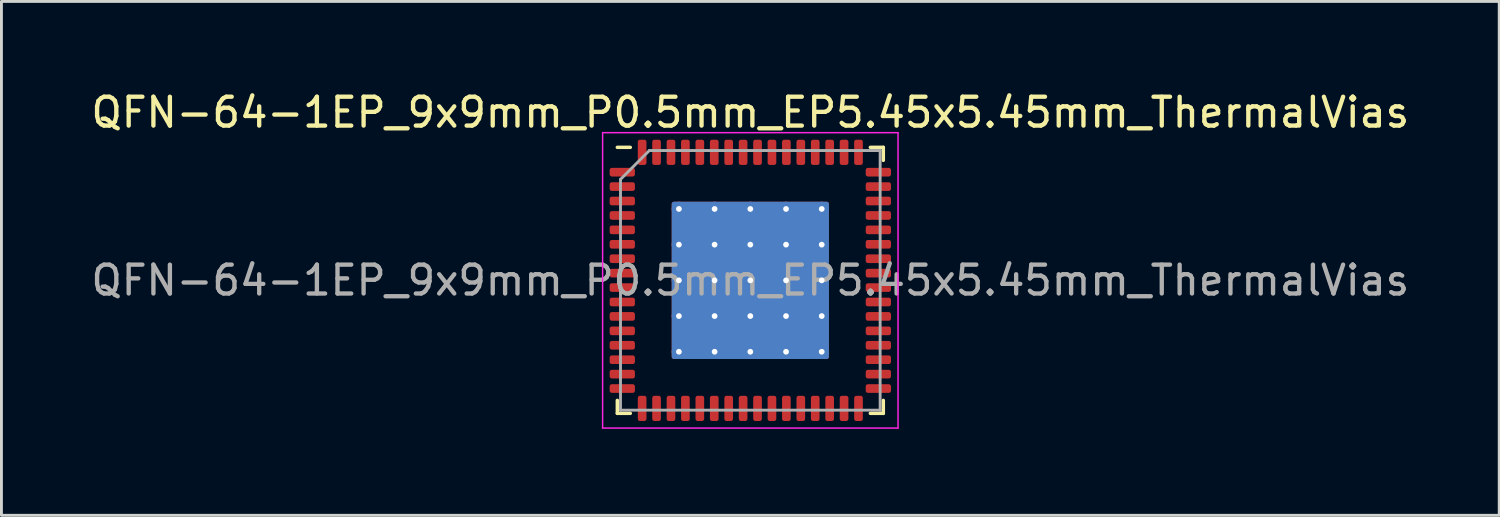
<source format=kicad_pcb>
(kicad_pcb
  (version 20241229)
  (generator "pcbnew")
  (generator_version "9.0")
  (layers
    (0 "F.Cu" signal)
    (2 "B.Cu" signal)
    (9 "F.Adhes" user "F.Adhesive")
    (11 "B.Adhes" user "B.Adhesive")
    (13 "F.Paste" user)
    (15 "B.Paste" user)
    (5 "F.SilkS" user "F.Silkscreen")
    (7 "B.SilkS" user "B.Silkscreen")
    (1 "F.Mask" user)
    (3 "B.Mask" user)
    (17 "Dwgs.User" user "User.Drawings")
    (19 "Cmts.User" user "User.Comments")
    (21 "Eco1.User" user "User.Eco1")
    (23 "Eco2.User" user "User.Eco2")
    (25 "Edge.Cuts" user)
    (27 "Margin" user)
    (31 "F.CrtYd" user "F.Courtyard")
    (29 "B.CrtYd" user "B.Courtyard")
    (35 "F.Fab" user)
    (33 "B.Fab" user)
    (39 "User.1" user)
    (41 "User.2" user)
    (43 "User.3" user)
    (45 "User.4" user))
  (footprint "QFN-64-1EP_9x9mm_P0.5mm_EP5.45x5.45mm_ThermalVias"
    (layer "F.Cu")
    (at 22.958 6.668)
    (property "Reference" "QFN-64-1EP_9x9mm_P0.5mm_EP5.45x5.45mm_ThermalVias" (at 0 -5.82 0) (layer "F.SilkS") (effects (font (size 1 1) (thickness 0.15))))
    (attr smd)
    (fp_line (start -4.61 4.61) (end -4.61 4.16) (stroke (width 0.12) (type solid)) (layer "F.SilkS"))
    (fp_line (start -4.16 -4.61) (end -4.61 -4.61) (stroke (width 0.12) (type solid)) (layer "F.SilkS"))
    (fp_line (start -4.16 4.61) (end -4.61 4.61) (stroke (width 0.12) (type solid)) (layer "F.SilkS"))
    (fp_line (start 4.16 -4.61) (end 4.61 -4.61) (stroke (width 0.12) (type solid)) (layer "F.SilkS"))
    (fp_line (start 4.16 4.61) (end 4.61 4.61) (stroke (width 0.12) (type solid)) (layer "F.SilkS"))
    (fp_line (start 4.61 -4.61) (end 4.61 -4.16) (stroke (width 0.12) (type solid)) (layer "F.SilkS"))
    (fp_line (start 4.61 4.61) (end 4.61 4.16) (stroke (width 0.12) (type solid)) (layer "F.SilkS"))
    (fp_line (start -5.12 -5.12) (end -5.12 5.12) (stroke (width 0.05) (type solid)) (layer "F.CrtYd"))
    (fp_line (start -5.12 5.12) (end 5.12 5.12) (stroke (width 0.05) (type solid)) (layer "F.CrtYd"))
    (fp_line (start 5.12 -5.12) (end -5.12 -5.12) (stroke (width 0.05) (type solid)) (layer "F.CrtYd"))
    (fp_line (start 5.12 5.12) (end 5.12 -5.12) (stroke (width 0.05) (type solid)) (layer "F.CrtYd"))
    (fp_line (start -4.5 -3.5) (end -3.5 -4.5) (stroke (width 0.1) (type solid)) (layer "F.Fab"))
    (fp_line (start -4.5 4.5) (end -4.5 -3.5) (stroke (width 0.1) (type solid)) (layer "F.Fab"))
    (fp_line (start -3.5 -4.5) (end 4.5 -4.5) (stroke (width 0.1) (type solid)) (layer "F.Fab"))
    (fp_line (start 4.5 -4.5) (end 4.5 4.5) (stroke (width 0.1) (type solid)) (layer "F.Fab"))
    (fp_line (start 4.5 4.5) (end -4.5 4.5) (stroke (width 0.1) (type solid)) (layer "F.Fab"))
    (fp_text user "${REFERENCE}" (at 0 0 0) (layer "F.Fab") (effects (font (size 1 1) (thickness 0.15))))
    (pad "" smd roundrect (at -1.856 -1.856) (size 1.055 1.055) (layers "F.Paste") (roundrect_rratio 0.237))
    (pad "" smd roundrect (at -1.856 -0.619) (size 1.055 1.055) (layers "F.Paste") (roundrect_rratio 0.237))
    (pad "" smd roundrect (at -1.856 0.619) (size 1.055 1.055) (layers "F.Paste") (roundrect_rratio 0.237))
    (pad "" smd roundrect (at -1.856 1.856) (size 1.055 1.055) (layers "F.Paste") (roundrect_rratio 0.237))
    (pad "" smd roundrect (at -0.619 -1.856) (size 1.055 1.055) (layers "F.Paste") (roundrect_rratio 0.237))
    (pad "" smd roundrect (at -0.619 -0.619) (size 1.055 1.055) (layers "F.Paste") (roundrect_rratio 0.237))
    (pad "" smd roundrect (at -0.619 0.619) (size 1.055 1.055) (layers "F.Paste") (roundrect_rratio 0.237))
    (pad "" smd roundrect (at -0.619 1.856) (size 1.055 1.055) (layers "F.Paste") (roundrect_rratio 0.237))
    (pad "" smd roundrect (at 0.619 -1.856) (size 1.055 1.055) (layers "F.Paste") (roundrect_rratio 0.237))
    (pad "" smd roundrect (at 0.619 -0.619) (size 1.055 1.055) (layers "F.Paste") (roundrect_rratio 0.237))
    (pad "" smd roundrect (at 0.619 0.619) (size 1.055 1.055) (layers "F.Paste") (roundrect_rratio 0.237))
    (pad "" smd roundrect (at 0.619 1.856) (size 1.055 1.055) (layers "F.Paste") (roundrect_rratio 0.237))
    (pad "" smd roundrect (at 1.856 -1.856) (size 1.055 1.055) (layers "F.Paste") (roundrect_rratio 0.237))
    (pad "" smd roundrect (at 1.856 -0.619) (size 1.055 1.055) (layers "F.Paste") (roundrect_rratio 0.237))
    (pad "" smd roundrect (at 1.856 0.619) (size 1.055 1.055) (layers "F.Paste") (roundrect_rratio 0.237))
    (pad "" smd roundrect (at 1.856 1.856) (size 1.055 1.055) (layers "F.Paste") (roundrect_rratio 0.237))
    (pad "1" smd roundrect (at -4.438 -3.75) (size 0.875 0.3) (layers "F.Cu" "F.Mask" "F.Paste") (roundrect_rratio 0.25))
    (pad "2" smd roundrect (at -4.438 -3.25) (size 0.875 0.3) (layers "F.Cu" "F.Mask" "F.Paste") (roundrect_rratio 0.25))
    (pad "3" smd roundrect (at -4.438 -2.75) (size 0.875 0.3) (layers "F.Cu" "F.Mask" "F.Paste") (roundrect_rratio 0.25))
    (pad "4" smd roundrect (at -4.438 -2.25) (size 0.875 0.3) (layers "F.Cu" "F.Mask" "F.Paste") (roundrect_rratio 0.25))
    (pad "5" smd roundrect (at -4.438 -1.75) (size 0.875 0.3) (layers "F.Cu" "F.Mask" "F.Paste") (roundrect_rratio 0.25))
    (pad "6" smd roundrect (at -4.438 -1.25) (size 0.875 0.3) (layers "F.Cu" "F.Mask" "F.Paste") (roundrect_rratio 0.25))
    (pad "7" smd roundrect (at -4.438 -0.75) (size 0.875 0.3) (layers "F.Cu" "F.Mask" "F.Paste") (roundrect_rratio 0.25))
    (pad "8" smd roundrect (at -4.438 -0.25) (size 0.875 0.3) (layers "F.Cu" "F.Mask" "F.Paste") (roundrect_rratio 0.25))
    (pad "9" smd roundrect (at -4.438 0.25) (size 0.875 0.3) (layers "F.Cu" "F.Mask" "F.Paste") (roundrect_rratio 0.25))
    (pad "10" smd roundrect (at -4.438 0.75) (size 0.875 0.3) (layers "F.Cu" "F.Mask" "F.Paste") (roundrect_rratio 0.25))
    (pad "11" smd roundrect (at -4.438 1.25) (size 0.875 0.3) (layers "F.Cu" "F.Mask" "F.Paste") (roundrect_rratio 0.25))
    (pad "12" smd roundrect (at -4.438 1.75) (size 0.875 0.3) (layers "F.Cu" "F.Mask" "F.Paste") (roundrect_rratio 0.25))
    (pad "13" smd roundrect (at -4.438 2.25) (size 0.875 0.3) (layers "F.Cu" "F.Mask" "F.Paste") (roundrect_rratio 0.25))
    (pad "14" smd roundrect (at -4.438 2.75) (size 0.875 0.3) (layers "F.Cu" "F.Mask" "F.Paste") (roundrect_rratio 0.25))
    (pad "15" smd roundrect (at -4.438 3.25) (size 0.875 0.3) (layers "F.Cu" "F.Mask" "F.Paste") (roundrect_rratio 0.25))
    (pad "16" smd roundrect (at -4.438 3.75) (size 0.875 0.3) (layers "F.Cu" "F.Mask" "F.Paste") (roundrect_rratio 0.25))
    (pad "17" smd roundrect (at -3.75 4.438) (size 0.3 0.875) (layers "F.Cu" "F.Mask" "F.Paste") (roundrect_rratio 0.25))
    (pad "18" smd roundrect (at -3.25 4.438) (size 0.3 0.875) (layers "F.Cu" "F.Mask" "F.Paste") (roundrect_rratio 0.25))
    (pad "19" smd roundrect (at -2.75 4.438) (size 0.3 0.875) (layers "F.Cu" "F.Mask" "F.Paste") (roundrect_rratio 0.25))
    (pad "20" smd roundrect (at -2.25 4.438) (size 0.3 0.875) (layers "F.Cu" "F.Mask" "F.Paste") (roundrect_rratio 0.25))
    (pad "21" smd roundrect (at -1.75 4.438) (size 0.3 0.875) (layers "F.Cu" "F.Mask" "F.Paste") (roundrect_rratio 0.25))
    (pad "22" smd roundrect (at -1.25 4.438) (size 0.3 0.875) (layers "F.Cu" "F.Mask" "F.Paste") (roundrect_rratio 0.25))
    (pad "23" smd roundrect (at -0.75 4.438) (size 0.3 0.875) (layers "F.Cu" "F.Mask" "F.Paste") (roundrect_rratio 0.25))
    (pad "24" smd roundrect (at -0.25 4.438) (size 0.3 0.875) (layers "F.Cu" "F.Mask" "F.Paste") (roundrect_rratio 0.25))
    (pad "25" smd roundrect (at 0.25 4.438) (size 0.3 0.875) (layers "F.Cu" "F.Mask" "F.Paste") (roundrect_rratio 0.25))
    (pad "26" smd roundrect (at 0.75 4.438) (size 0.3 0.875) (layers "F.Cu" "F.Mask" "F.Paste") (roundrect_rratio 0.25))
    (pad "27" smd roundrect (at 1.25 4.438) (size 0.3 0.875) (layers "F.Cu" "F.Mask" "F.Paste") (roundrect_rratio 0.25))
    (pad "28" smd roundrect (at 1.75 4.438) (size 0.3 0.875) (layers "F.Cu" "F.Mask" "F.Paste") (roundrect_rratio 0.25))
    (pad "29" smd roundrect (at 2.25 4.438) (size 0.3 0.875) (layers "F.Cu" "F.Mask" "F.Paste") (roundrect_rratio 0.25))
    (pad "30" smd roundrect (at 2.75 4.438) (size 0.3 0.875) (layers "F.Cu" "F.Mask" "F.Paste") (roundrect_rratio 0.25))
    (pad "31" smd roundrect (at 3.25 4.438) (size 0.3 0.875) (layers "F.Cu" "F.Mask" "F.Paste") (roundrect_rratio 0.25))
    (pad "32" smd roundrect (at 3.75 4.438) (size 0.3 0.875) (layers "F.Cu" "F.Mask" "F.Paste") (roundrect_rratio 0.25))
    (pad "33" smd roundrect (at 4.438 3.75) (size 0.875 0.3) (layers "F.Cu" "F.Mask" "F.Paste") (roundrect_rratio 0.25))
    (pad "34" smd roundrect (at 4.438 3.25) (size 0.875 0.3) (layers "F.Cu" "F.Mask" "F.Paste") (roundrect_rratio 0.25))
    (pad "35" smd roundrect (at 4.438 2.75) (size 0.875 0.3) (layers "F.Cu" "F.Mask" "F.Paste") (roundrect_rratio 0.25))
    (pad "36" smd roundrect (at 4.438 2.25) (size 0.875 0.3) (layers "F.Cu" "F.Mask" "F.Paste") (roundrect_rratio 0.25))
    (pad "37" smd roundrect (at 4.438 1.75) (size 0.875 0.3) (layers "F.Cu" "F.Mask" "F.Paste") (roundrect_rratio 0.25))
    (pad "38" smd roundrect (at 4.438 1.25) (size 0.875 0.3) (layers "F.Cu" "F.Mask" "F.Paste") (roundrect_rratio 0.25))
    (pad "39" smd roundrect (at 4.438 0.75) (size 0.875 0.3) (layers "F.Cu" "F.Mask" "F.Paste") (roundrect_rratio 0.25))
    (pad "40" smd roundrect (at 4.438 0.25) (size 0.875 0.3) (layers "F.Cu" "F.Mask" "F.Paste") (roundrect_rratio 0.25))
    (pad "41" smd roundrect (at 4.438 -0.25) (size 0.875 0.3) (layers "F.Cu" "F.Mask" "F.Paste") (roundrect_rratio 0.25))
    (pad "42" smd roundrect (at 4.438 -0.75) (size 0.875 0.3) (layers "F.Cu" "F.Mask" "F.Paste") (roundrect_rratio 0.25))
    (pad "43" smd roundrect (at 4.438 -1.25) (size 0.875 0.3) (layers "F.Cu" "F.Mask" "F.Paste") (roundrect_rratio 0.25))
    (pad "44" smd roundrect (at 4.438 -1.75) (size 0.875 0.3) (layers "F.Cu" "F.Mask" "F.Paste") (roundrect_rratio 0.25))
    (pad "45" smd roundrect (at 4.438 -2.25) (size 0.875 0.3) (layers "F.Cu" "F.Mask" "F.Paste") (roundrect_rratio 0.25))
    (pad "46" smd roundrect (at 4.438 -2.75) (size 0.875 0.3) (layers "F.Cu" "F.Mask" "F.Paste") (roundrect_rratio 0.25))
    (pad "47" smd roundrect (at 4.438 -3.25) (size 0.875 0.3) (layers "F.Cu" "F.Mask" "F.Paste") (roundrect_rratio 0.25))
    (pad "48" smd roundrect (at 4.438 -3.75) (size 0.875 0.3) (layers "F.Cu" "F.Mask" "F.Paste") (roundrect_rratio 0.25))
    (pad "49" smd roundrect (at 3.75 -4.438) (size 0.3 0.875) (layers "F.Cu" "F.Mask" "F.Paste") (roundrect_rratio 0.25))
    (pad "50" smd roundrect (at 3.25 -4.438) (size 0.3 0.875) (layers "F.Cu" "F.Mask" "F.Paste") (roundrect_rratio 0.25))
    (pad "51" smd roundrect (at 2.75 -4.438) (size 0.3 0.875) (layers "F.Cu" "F.Mask" "F.Paste") (roundrect_rratio 0.25))
    (pad "52" smd roundrect (at 2.25 -4.438) (size 0.3 0.875) (layers "F.Cu" "F.Mask" "F.Paste") (roundrect_rratio 0.25))
    (pad "53" smd roundrect (at 1.75 -4.438) (size 0.3 0.875) (layers "F.Cu" "F.Mask" "F.Paste") (roundrect_rratio 0.25))
    (pad "54" smd roundrect (at 1.25 -4.438) (size 0.3 0.875) (layers "F.Cu" "F.Mask" "F.Paste") (roundrect_rratio 0.25))
    (pad "55" smd roundrect (at 0.75 -4.438) (size 0.3 0.875) (layers "F.Cu" "F.Mask" "F.Paste") (roundrect_rratio 0.25))
    (pad "56" smd roundrect (at 0.25 -4.438) (size 0.3 0.875) (layers "F.Cu" "F.Mask" "F.Paste") (roundrect_rratio 0.25))
    (pad "57" smd roundrect (at -0.25 -4.438) (size 0.3 0.875) (layers "F.Cu" "F.Mask" "F.Paste") (roundrect_rratio 0.25))
    (pad "58" smd roundrect (at -0.75 -4.438) (size 0.3 0.875) (layers "F.Cu" "F.Mask" "F.Paste") (roundrect_rratio 0.25))
    (pad "59" smd roundrect (at -1.25 -4.438) (size 0.3 0.875) (layers "F.Cu" "F.Mask" "F.Paste") (roundrect_rratio 0.25))
    (pad "60" smd roundrect (at -1.75 -4.438) (size 0.3 0.875) (layers "F.Cu" "F.Mask" "F.Paste") (roundrect_rratio 0.25))
    (pad "61" smd roundrect (at -2.25 -4.438) (size 0.3 0.875) (layers "F.Cu" "F.Mask" "F.Paste") (roundrect_rratio 0.25))
    (pad "62" smd roundrect (at -2.75 -4.438) (size 0.3 0.875) (layers "F.Cu" "F.Mask" "F.Paste") (roundrect_rratio 0.25))
    (pad "63" smd roundrect (at -3.25 -4.438) (size 0.3 0.875) (layers "F.Cu" "F.Mask" "F.Paste") (roundrect_rratio 0.25))
    (pad "64" smd roundrect (at -3.75 -4.438) (size 0.3 0.875) (layers "F.Cu" "F.Mask" "F.Paste") (roundrect_rratio 0.25))
    (pad "65" thru_hole circle (at -2.475 -2.475) (size 0.5 0.5) (drill 0.2) (layers "*.Cu"))
    (pad "65" thru_hole circle (at -2.475 -1.238) (size 0.5 0.5) (drill 0.2) (layers "*.Cu"))
    (pad "65" thru_hole circle (at -2.475 0) (size 0.5 0.5) (drill 0.2) (layers "*.Cu"))
    (pad "65" thru_hole circle (at -2.475 1.238) (size 0.5 0.5) (drill 0.2) (layers "*.Cu"))
    (pad "65" thru_hole circle (at -2.475 2.475) (size 0.5 0.5) (drill 0.2) (layers "*.Cu"))
    (pad "65" thru_hole circle (at -1.238 -2.475) (size 0.5 0.5) (drill 0.2) (layers "*.Cu"))
    (pad "65" thru_hole circle (at -1.238 -1.238) (size 0.5 0.5) (drill 0.2) (layers "*.Cu"))
    (pad "65" thru_hole circle (at -1.238 0) (size 0.5 0.5) (drill 0.2) (layers "*.Cu"))
    (pad "65" thru_hole circle (at -1.238 1.238) (size 0.5 0.5) (drill 0.2) (layers "*.Cu"))
    (pad "65" thru_hole circle (at -1.238 2.475) (size 0.5 0.5) (drill 0.2) (layers "*.Cu"))
    (pad "65" thru_hole circle (at 0 -2.475) (size 0.5 0.5) (drill 0.2) (layers "*.Cu"))
    (pad "65" thru_hole circle (at 0 -1.238) (size 0.5 0.5) (drill 0.2) (layers "*.Cu"))
    (pad "65" thru_hole circle (at 0 0) (size 0.5 0.5) (drill 0.2) (layers "*.Cu"))
    (pad "65" smd roundrect (at 0 0) (size 5.45 5.45) (layers "F.Cu" "F.Mask") (roundrect_rratio 0.014))
    (pad "65" smd roundrect (at 0 0) (size 5.45 5.45) (layers "B.Cu") (roundrect_rratio 0.014))
    (pad "65" thru_hole circle (at 0 1.238) (size 0.5 0.5) (drill 0.2) (layers "*.Cu"))
    (pad "65" thru_hole circle (at 0 2.475) (size 0.5 0.5) (drill 0.2) (layers "*.Cu"))
    (pad "65" thru_hole circle (at 1.238 -2.475) (size 0.5 0.5) (drill 0.2) (layers "*.Cu"))
    (pad "65" thru_hole circle (at 1.238 -1.238) (size 0.5 0.5) (drill 0.2) (layers "*.Cu"))
    (pad "65" thru_hole circle (at 1.238 0) (size 0.5 0.5) (drill 0.2) (layers "*.Cu"))
    (pad "65" thru_hole circle (at 1.238 1.238) (size 0.5 0.5) (drill 0.2) (layers "*.Cu"))
    (pad "65" thru_hole circle (at 1.238 2.475) (size 0.5 0.5) (drill 0.2) (layers "*.Cu"))
    (pad "65" thru_hole circle (at 2.475 -2.475) (size 0.5 0.5) (drill 0.2) (layers "*.Cu"))
    (pad "65" thru_hole circle (at 2.475 -1.238) (size 0.5 0.5) (drill 0.2) (layers "*.Cu"))
    (pad "65" thru_hole circle (at 2.475 0) (size 0.5 0.5) (drill 0.2) (layers "*.Cu"))
    (pad "65" thru_hole circle (at 2.475 1.238) (size 0.5 0.5) (drill 0.2) (layers "*.Cu"))
    (pad "65" thru_hole circle (at 2.475 2.475) (size 0.5 0.5) (drill 0.2) (layers "*.Cu")))
  (gr_rect
    (start -3 -3)
    (end 48.917 14.813)
    (stroke (width 0.1) (type default))
    (fill no)
    (layer "Edge.Cuts")))
</source>
